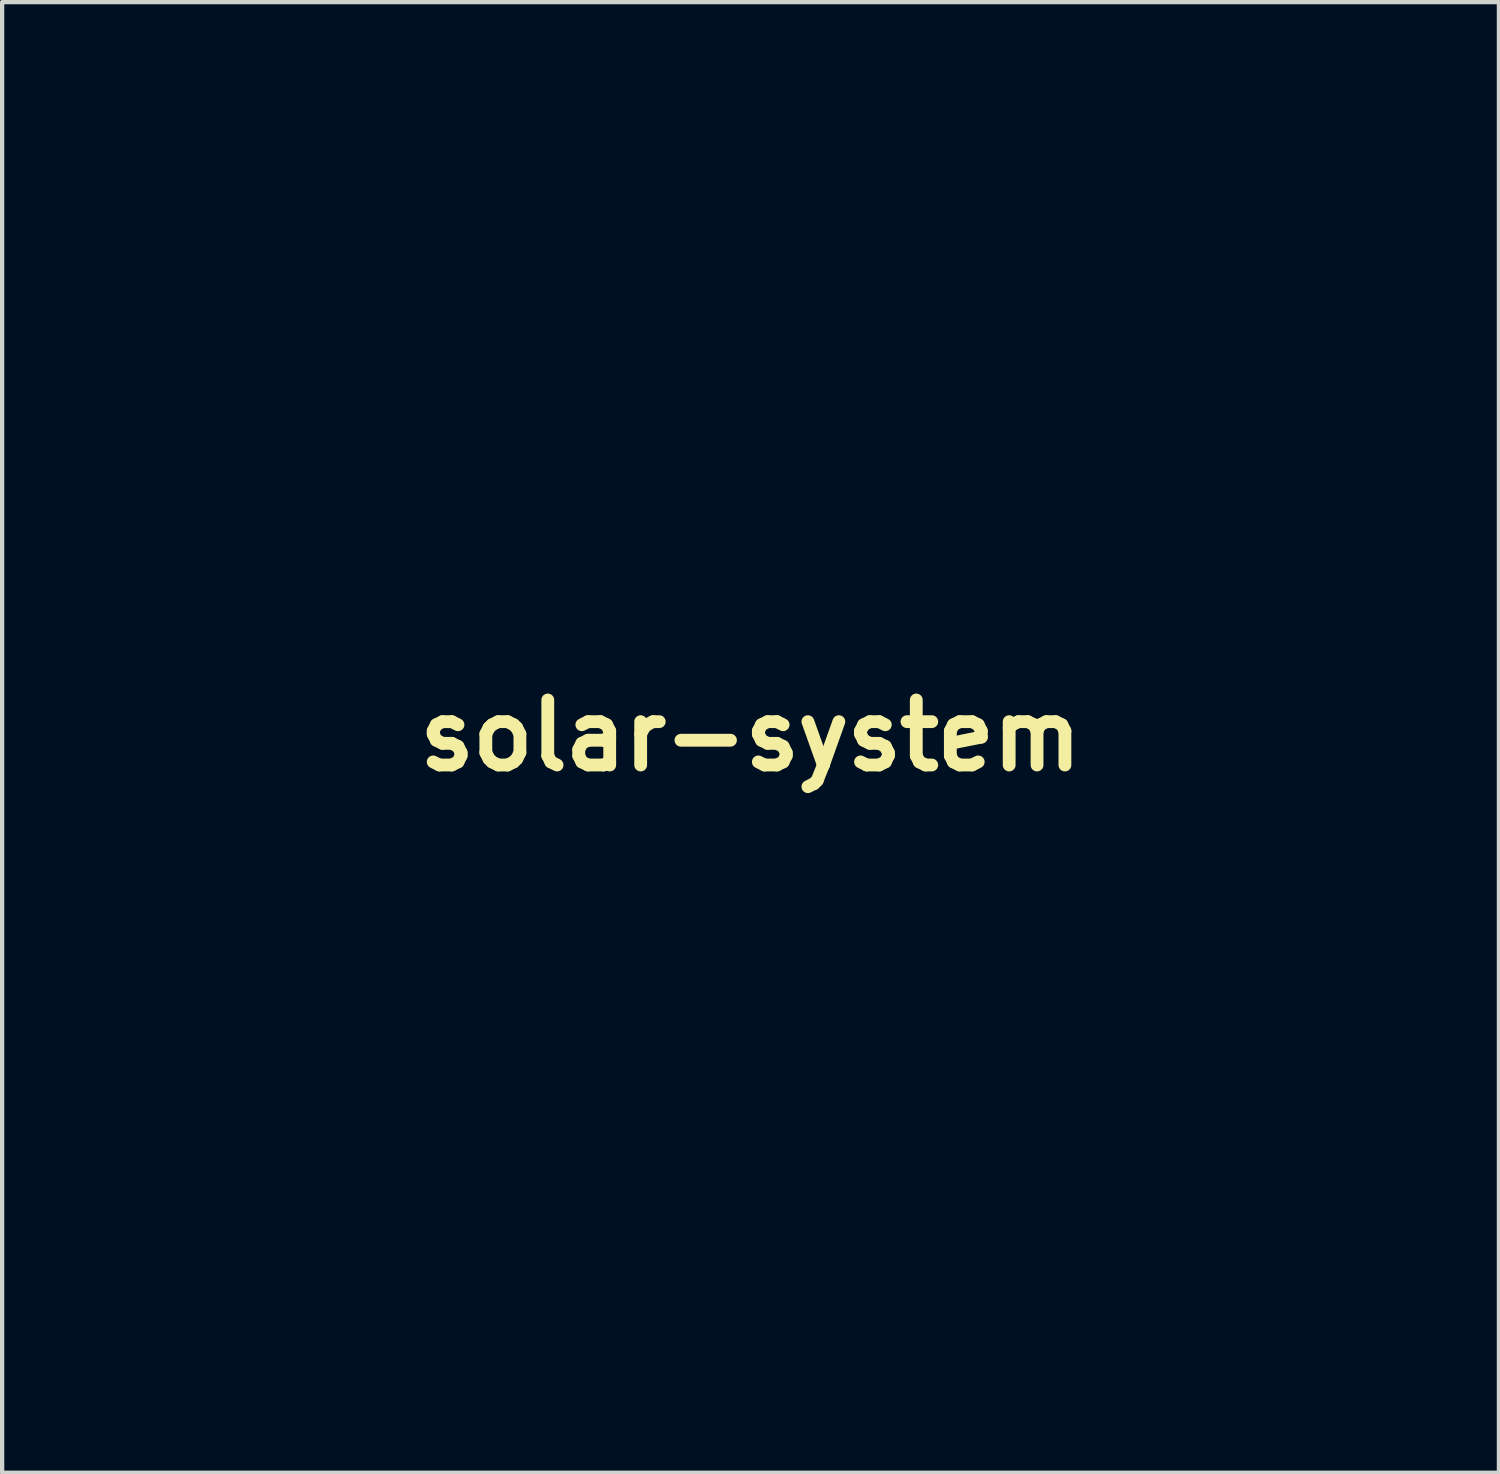
<source format=kicad_pcb>
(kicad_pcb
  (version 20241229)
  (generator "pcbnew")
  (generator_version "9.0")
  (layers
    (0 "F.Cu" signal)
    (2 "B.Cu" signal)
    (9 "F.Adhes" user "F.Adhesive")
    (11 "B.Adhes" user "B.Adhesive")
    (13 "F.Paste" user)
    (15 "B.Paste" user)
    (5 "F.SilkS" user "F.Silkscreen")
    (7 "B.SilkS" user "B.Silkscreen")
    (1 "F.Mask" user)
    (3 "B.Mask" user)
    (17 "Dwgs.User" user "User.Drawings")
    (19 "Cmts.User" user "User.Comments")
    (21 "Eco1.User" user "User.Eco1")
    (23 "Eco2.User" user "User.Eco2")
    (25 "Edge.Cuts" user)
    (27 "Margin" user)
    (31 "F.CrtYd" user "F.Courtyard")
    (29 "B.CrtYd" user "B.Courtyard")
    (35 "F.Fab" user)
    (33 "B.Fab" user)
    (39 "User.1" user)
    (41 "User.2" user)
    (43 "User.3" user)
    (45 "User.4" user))
  (footprint "solar-system"
    (layer "F.Cu")
    (at 14.541 14.189)
    (property "Reference" "solar-system" (at 0 0 0) (layer "F.SilkS") (effects (font (size 1.524 1.524) (thickness 0.3))))
    (attr through_hole)
    (fp_poly (pts (xy -6.294 6.971) (xy -6.305 7.021) (xy -6.35 7.027) (xy -6.42 6.996) (xy -6.406 6.971) (xy -6.306 6.961) (xy -6.294 6.971)) (stroke (width 0.01) (type solid)) (fill yes) (layer "F.Mask"))
    (fp_poly (pts (xy -5.776 -7.832) (xy -5.692 -7.721) (xy -5.729 -7.634) (xy -5.793 -7.62) (xy -5.909 -7.688) (xy -5.927 -7.754) (xy -5.877 -7.847) (xy -5.776 -7.832)) (stroke (width 0.01) (type solid)) (fill yes) (layer "F.Mask"))
    (fp_poly (pts (xy -7.535 -7.747) (xy -7.455 -7.671) (xy -7.451 -7.657) (xy -7.516 -7.621) (xy -7.535 -7.62) (xy -7.617 -7.685) (xy -7.62 -7.71) (xy -7.568 -7.76) (xy -7.535 -7.747)) (stroke (width 0.01) (type solid)) (fill yes) (layer "F.Mask"))
    (fp_poly (pts (xy -6.562 -7.535) (xy -6.556 -7.395) (xy -6.585 -7.351) (xy -6.689 -7.321) (xy -6.731 -7.366) (xy -6.737 -7.506) (xy -6.708 -7.55) (xy -6.604 -7.58) (xy -6.562 -7.535)) (stroke (width 0.01) (type solid)) (fill yes) (layer "F.Mask"))
    (fp_poly (pts (xy -5.771 7.773) (xy -5.757 7.832) (xy -5.82 7.938) (xy -5.954 7.953) (xy -6.037 7.905) (xy -6.057 7.801) (xy -5.96 7.719) (xy -5.879 7.705) (xy -5.771 7.773)) (stroke (width 0.01) (type solid)) (fill yes) (layer "F.Mask"))
    (fp_poly (pts (xy -5.179 -8.484) (xy -5.165 -8.424) (xy -5.216 -8.308) (xy -5.333 -8.329) (xy -5.362 -8.354) (xy -5.416 -8.478) (xy -5.328 -8.548) (xy -5.292 -8.551) (xy -5.179 -8.484)) (stroke (width 0.01) (type solid)) (fill yes) (layer "F.Mask"))
    (fp_poly (pts (xy -5.024 -9.431) (xy -5.038 -9.398) (xy -5.114 -9.317) (xy -5.127 -9.313) (xy -5.164 -9.379) (xy -5.165 -9.398) (xy -5.1 -9.479) (xy -5.075 -9.483) (xy -5.024 -9.431)) (stroke (width 0.01) (type solid)) (fill yes) (layer "F.Mask"))
    (fp_poly (pts (xy -4.841 8.365) (xy -4.826 8.424) (xy -4.894 8.537) (xy -4.953 8.551) (xy -5.065 8.484) (xy -5.08 8.424) (xy -5.012 8.312) (xy -4.953 8.297) (xy -4.841 8.365)) (stroke (width 0.01) (type solid)) (fill yes) (layer "F.Mask"))
    (fp_poly (pts (xy -3.838 7.934) (xy -3.81 8.043) (xy -3.87 8.185) (xy -3.979 8.213) (xy -4.121 8.153) (xy -4.149 8.043) (xy -4.089 7.902) (xy -3.979 7.874) (xy -3.838 7.934)) (stroke (width 0.01) (type solid)) (fill yes) (layer "F.Mask"))
    (fp_poly (pts (xy 4.412 -3.876) (xy 4.415 -3.852) (xy 4.349 -3.753) (xy 4.324 -3.742) (xy 4.247 -3.782) (xy 4.233 -3.852) (xy 4.276 -3.958) (xy 4.324 -3.963) (xy 4.412 -3.876)) (stroke (width 0.01) (type solid)) (fill yes) (layer "F.Mask"))
    (fp_poly (pts (xy 4.496 -3.452) (xy 4.5 -3.429) (xy 4.434 -3.33) (xy 4.409 -3.318) (xy 4.332 -3.359) (xy 4.318 -3.429) (xy 4.361 -3.534) (xy 4.409 -3.54) (xy 4.496 -3.452)) (stroke (width 0.01) (type solid)) (fill yes) (layer "F.Mask"))
    (fp_poly (pts (xy -3.146 6.984) (xy -3.123 7.003) (xy -3.076 7.137) (xy -3.137 7.255) (xy -3.217 7.281) (xy -3.326 7.22) (xy -3.349 7.189) (xy -3.359 7.06) (xy -3.269 6.974) (xy -3.146 6.984)) (stroke (width 0.01) (type solid)) (fill yes) (layer "F.Mask"))
    (fp_poly (pts (xy 4.825 0.562) (xy 4.895 0.658) (xy 4.89 0.699) (xy 4.785 0.807) (xy 4.63 0.826) (xy 4.528 0.759) (xy 4.524 0.622) (xy 4.557 0.574) (xy 4.687 0.524) (xy 4.825 0.562)) (stroke (width 0.01) (type solid)) (fill yes) (layer "F.Mask"))
    (fp_poly (pts (xy 0.876 -1.087) (xy 1.21 -0.829) (xy 1.346 -0.648) (xy 1.495 -0.271) (xy 1.52 0.14) (xy 1.432 0.54) (xy 1.241 0.885) (xy 0.958 1.129) (xy 0.941 1.138) (xy 0.613 1.258) (xy 0.256 1.313) (xy -0.046 1.29) (xy -0.064 1.285) (xy -0.385 1.121) (xy -0.681 0.857) (xy -0.892 0.55) (xy -0.939 0.43) (xy -0.995 -0.031) (xy -0.887 -0.466) (xy -0.665 -0.805) (xy -0.325 -1.078) (xy 0.071 -1.214) (xy 0.484 -1.216) (xy 0.876 -1.087)) (stroke (width 0.01) (type solid)) (fill yes) (layer "F.Mask"))
    (fp_poly (pts (xy 0.652 -2.029) (xy 1.175 -1.868) (xy 1.228 -1.843) (xy 1.516 -1.683) (xy 1.729 -1.519) (xy 1.913 -1.307) (xy 2.112 -1.001) (xy 2.184 -0.879) (xy 2.317 -0.639) (xy 2.386 -0.451) (xy 2.405 -0.248) (xy 2.385 0.036) (xy 2.372 0.155) (xy 2.253 0.753) (xy 2.028 1.233) (xy 1.681 1.621) (xy 1.193 1.944) (xy 1.142 1.97) (xy 0.859 2.072) (xy 0.508 2.141) (xy 0.169 2.167) (xy -0.042 2.147) (xy -0.66 1.929) (xy -1.152 1.601) (xy -1.53 1.157) (xy -1.633 0.979) (xy -1.772 0.575) (xy -1.824 0.094) (xy -1.82 0.042) (xy -1.705 0.042) (xy -1.627 0.612) (xy -1.399 1.117) (xy -1.058 1.513) (xy -0.696 1.792) (xy -0.355 1.95) (xy 0.032 2.011) (xy 0.349 2.01) (xy 0.725 1.974) (xy 1.019 1.891) (xy 1.315 1.735) (xy 1.32 1.731) (xy 1.748 1.374) (xy 2.062 0.916) (xy 2.239 0.397) (xy 2.256 0.283) (xy 2.279 0.027) (xy 2.26 -0.108) (xy 2.187 -0.172) (xy 2.127 -0.191) (xy 1.971 -0.278) (xy 1.977 -0.416) (xy 2.073 -0.537) (xy 2.117 -0.69) (xy 2.044 -0.906) (xy 1.875 -1.154) (xy 1.635 -1.404) (xy 1.345 -1.625) (xy 1.197 -1.711) (xy 0.663 -1.904) (xy 0.131 -1.943) (xy -0.375 -1.844) (xy -0.832 -1.619) (xy -1.216 -1.284) (xy -1.504 -0.852) (xy -1.672 -0.338) (xy -1.705 0.042) (xy -1.82 0.042) (xy -1.789 -0.394) (xy -1.669 -0.82) (xy -1.633 -0.895) (xy -1.372 -1.273) (xy -1.024 -1.615) (xy -0.644 -1.872) (xy -0.456 -1.954) (xy 0.087 -2.059) (xy 0.652 -2.029)) (stroke (width 0.01) (type solid)) (fill yes) (layer "F.Mask"))
    (fp_poly (pts (xy 0.678 -3.047) (xy 0.712 -3.042) (xy 1.392 -2.87) (xy 1.996 -2.561) (xy 2.508 -2.135) (xy 2.916 -1.612) (xy 3.207 -1.012) (xy 3.367 -0.353) (xy 3.384 0.343) (xy 3.304 0.838) (xy 3.068 1.474) (xy 2.696 2.031) (xy 2.21 2.494) (xy 1.63 2.846) (xy 0.979 3.069) (xy 0.303 3.148) (xy -0.064 3.168) (xy -0.303 3.216) (xy -0.379 3.262) (xy -0.59 3.404) (xy -0.844 3.41) (xy -0.997 3.339) (xy -1.144 3.162) (xy -1.185 3.003) (xy -1.259 2.799) (xy -1.428 2.673) (xy -1.71 2.47) (xy -2.016 2.158) (xy -2.307 1.787) (xy -2.542 1.405) (xy -2.635 1.202) (xy -2.786 0.621) (xy -2.825 0.042) (xy -2.709 0.042) (xy -2.636 0.766) (xy -2.414 1.407) (xy -2.045 1.966) (xy -1.527 2.443) (xy -1.502 2.462) (xy -1.294 2.603) (xy -1.16 2.65) (xy -1.044 2.618) (xy -0.977 2.577) (xy -0.733 2.502) (xy -0.497 2.564) (xy -0.326 2.738) (xy -0.29 2.833) (xy -0.245 2.955) (xy -0.158 3.019) (xy 0.016 3.044) (xy 0.25 3.048) (xy 0.613 3.024) (xy 0.988 2.964) (xy 1.144 2.925) (xy 1.742 2.661) (xy 2.272 2.264) (xy 2.715 1.763) (xy 3.047 1.185) (xy 3.249 0.56) (xy 3.302 0.042) (xy 3.222 -0.594) (xy 2.995 -1.207) (xy 2.644 -1.768) (xy 2.192 -2.251) (xy 1.659 -2.626) (xy 1.067 -2.866) (xy 1.011 -2.88) (xy 0.34 -2.957) (xy -0.338 -2.881) (xy -0.987 -2.662) (xy -1.575 -2.312) (xy -1.98 -1.941) (xy -2.367 -1.404) (xy -2.606 -0.813) (xy -2.705 -0.142) (xy -2.709 0.042) (xy -2.825 0.042) (xy -2.829 -0.023) (xy -2.764 -0.66) (xy -2.633 -1.122) (xy -2.311 -1.724) (xy -1.864 -2.232) (xy -1.317 -2.633) (xy -0.695 -2.912) (xy -0.022 -3.054) (xy 0.678 -3.047)) (stroke (width 0.01) (type solid)) (fill yes) (layer "F.Mask"))
    (fp_poly (pts (xy 1.333 -3.989) (xy 2.087 -3.704) (xy 2.784 -3.268) (xy 3.191 -2.915) (xy 3.653 -2.387) (xy 4.001 -1.809) (xy 4.019 -1.772) (xy 4.159 -1.467) (xy 4.263 -1.213) (xy 4.315 -1.055) (xy 4.318 -1.034) (xy 4.376 -0.913) (xy 4.522 -0.734) (xy 4.624 -0.631) (xy 4.81 -0.436) (xy 4.886 -0.284) (xy 4.877 -0.121) (xy 4.874 -0.108) (xy 4.767 0.123) (xy 4.621 0.296) (xy 4.446 0.553) (xy 4.367 0.856) (xy 4.235 1.359) (xy 3.993 1.904) (xy 3.668 2.436) (xy 3.29 2.903) (xy 3.234 2.961) (xy 2.584 3.495) (xy 1.857 3.886) (xy 1.075 4.126) (xy 0.256 4.209) (xy -0.55 4.134) (xy -1.149 3.956) (xy -1.761 3.66) (xy -2.326 3.279) (xy -2.639 3.002) (xy -3.169 2.363) (xy -3.548 1.675) (xy -3.784 0.955) (xy -3.882 0.221) (xy -3.877 0.114) (xy -3.775 0.114) (xy -3.691 0.868) (xy -3.462 1.596) (xy -3.086 2.277) (xy -2.702 2.752) (xy -2.085 3.31) (xy -1.435 3.707) (xy -0.734 3.953) (xy 0.038 4.055) (xy 0.212 4.058) (xy 0.604 4.045) (xy 0.994 4.007) (xy 1.3 3.952) (xy 1.312 3.949) (xy 2.082 3.659) (xy 2.76 3.233) (xy 3.334 2.683) (xy 3.794 2.021) (xy 4.128 1.26) (xy 4.276 0.699) (xy 4.297 0.502) (xy 4.231 0.397) (xy 4.112 0.341) (xy 3.888 0.182) (xy 3.766 -0.053) (xy 3.751 -0.313) (xy 3.846 -0.548) (xy 4.029 -0.696) (xy 4.148 -0.774) (xy 4.199 -0.886) (xy 4.179 -1.061) (xy 4.085 -1.325) (xy 3.911 -1.706) (xy 3.876 -1.778) (xy 3.479 -2.414) (xy 2.948 -2.978) (xy 2.313 -3.44) (xy 1.986 -3.613) (xy 1.649 -3.765) (xy 1.368 -3.861) (xy 1.077 -3.918) (xy 0.711 -3.95) (xy 0.516 -3.961) (xy -0.303 -3.941) (xy -1.027 -3.791) (xy -1.682 -3.502) (xy -2.292 -3.062) (xy -2.655 -2.715) (xy -3.153 -2.079) (xy -3.505 -1.381) (xy -3.713 -0.642) (xy -3.775 0.114) (xy -3.877 0.114) (xy -3.848 -0.51) (xy -3.688 -1.22) (xy -3.407 -1.891) (xy -3.013 -2.507) (xy -2.509 -3.049) (xy -1.903 -3.501) (xy -1.2 -3.843) (xy -0.406 -4.06) (xy -0.269 -4.082) (xy 0.542 -4.117) (xy 1.333 -3.989)) (stroke (width 0.01) (type solid)) (fill yes) (layer "F.Mask"))
    (fp_poly (pts (xy 1.234 -4.941) (xy 2.107 -4.704) (xy 2.921 -4.31) (xy 3.003 -4.26) (xy 3.353 -4.068) (xy 3.626 -3.973) (xy 3.73 -3.966) (xy 3.963 -3.925) (xy 4.107 -3.774) (xy 4.123 -3.553) (xy 4.122 -3.549) (xy 4.148 -3.347) (xy 4.314 -3.063) (xy 4.358 -3.003) (xy 4.759 -2.37) (xy 5.077 -1.649) (xy 5.207 -1.228) (xy 5.292 -0.739) (xy 5.331 -0.157) (xy 5.323 0.448) (xy 5.269 1.006) (xy 5.208 1.312) (xy 4.921 2.107) (xy 4.489 2.866) (xy 3.937 3.554) (xy 3.291 4.137) (xy 3.012 4.333) (xy 2.367 4.671) (xy 1.627 4.924) (xy 0.846 5.081) (xy 0.08 5.13) (xy -0.474 5.085) (xy -0.972 4.984) (xy -1.434 4.835) (xy -1.932 4.614) (xy -2.125 4.515) (xy -2.874 4.038) (xy -3.505 3.455) (xy -4.016 2.785) (xy -4.402 2.047) (xy -4.663 1.26) (xy -4.793 0.442) (xy -4.793 0.244) (xy -4.693 0.244) (xy -4.576 1.083) (xy -4.318 1.904) (xy -3.931 2.675) (xy -3.428 3.364) (xy -2.986 3.805) (xy -2.569 4.112) (xy -2.054 4.411) (xy -1.509 4.669) (xy -1.003 4.849) (xy -0.913 4.873) (xy -0.416 4.952) (xy 0.166 4.983) (xy 0.761 4.966) (xy 1.294 4.9) (xy 1.469 4.862) (xy 2.3 4.564) (xy 3.064 4.126) (xy 3.743 3.565) (xy 4.317 2.9) (xy 4.768 2.15) (xy 5.079 1.334) (xy 5.122 1.164) (xy 5.241 0.3) (xy 5.204 -0.581) (xy 5.014 -1.441) (xy 4.731 -2.139) (xy 4.431 -2.675) (xy 4.152 -3.052) (xy 3.895 -3.267) (xy 3.744 -3.318) (xy 3.557 -3.386) (xy 3.449 -3.567) (xy 3.436 -3.609) (xy 3.286 -3.854) (xy 2.991 -4.109) (xy 2.573 -4.359) (xy 2.054 -4.589) (xy 1.909 -4.643) (xy 1.298 -4.801) (xy 0.606 -4.888) (xy -0.094 -4.898) (xy -0.701 -4.831) (xy -1.197 -4.692) (xy -1.752 -4.467) (xy -2.3 -4.188) (xy -2.779 -3.884) (xy -2.986 -3.722) (xy -3.555 -3.123) (xy -4.031 -2.409) (xy -4.394 -1.619) (xy -4.624 -0.789) (xy -4.658 -0.585) (xy -4.693 0.244) (xy -4.793 0.244) (xy -4.792 -0.388) (xy -4.656 -1.211) (xy -4.381 -2.009) (xy -3.966 -2.762) (xy -3.408 -3.452) (xy -3.346 -3.515) (xy -2.633 -4.125) (xy -1.869 -4.574) (xy -1.046 -4.867) (xy -0.154 -5.007) (xy 0.296 -5.022) (xy 1.234 -4.941)) (stroke (width 0.01) (type solid)) (fill yes) (layer "F.Mask"))
    (fp_poly (pts (xy 0.972 -8.425) (xy 1.661 -8.357) (xy 2.264 -8.253) (xy 2.405 -8.219) (xy 3.543 -7.836) (xy 4.598 -7.311) (xy 5.56 -6.652) (xy 6.42 -5.869) (xy 7.168 -4.972) (xy 7.795 -3.971) (xy 8.291 -2.874) (xy 8.562 -2.032) (xy 8.674 -1.47) (xy 8.744 -0.8) (xy 8.773 -0.072) (xy 8.759 0.661) (xy 8.704 1.348) (xy 8.607 1.937) (xy 8.572 2.076) (xy 8.17 3.257) (xy 7.633 4.341) (xy 6.968 5.321) (xy 6.184 6.19) (xy 5.287 6.94) (xy 4.286 7.563) (xy 3.186 8.053) (xy 2.413 8.299) (xy 1.825 8.418) (xy 1.132 8.495) (xy 0.39 8.529) (xy -0.344 8.518) (xy -1.015 8.462) (xy -1.439 8.389) (xy -2.331 8.155) (xy -3.093 7.879) (xy -3.509 7.686) (xy -3.922 7.476) (xy -4.162 7.749) (xy -4.377 7.937) (xy -4.61 8.06) (xy -4.661 8.074) (xy -5.006 8.066) (xy -5.344 7.93) (xy -5.606 7.698) (xy -5.653 7.627) (xy -5.828 7.426) (xy -6.011 7.339) (xy -6.159 7.311) (xy -6.145 7.281) (xy -6.032 7.241) (xy -5.885 7.155) (xy -5.842 7.08) (xy -5.804 6.949) (xy -5.71 6.74) (xy -5.669 6.659) (xy -5.496 6.336) (xy -6.035 5.765) (xy -6.74 4.896) (xy -7.318 3.932) (xy -7.763 2.893) (xy -8.07 1.8) (xy -8.234 0.675) (xy -8.243 0.042) (xy -8.075 0.042) (xy -8.064 0.777) (xy -8.024 1.389) (xy -7.946 1.921) (xy -7.82 2.42) (xy -7.637 2.928) (xy -7.388 3.491) (xy -7.32 3.634) (xy -6.968 4.308) (xy -6.601 4.883) (xy -6.173 5.425) (xy -5.85 5.781) (xy -5.615 6.025) (xy -5.453 6.167) (xy -5.32 6.23) (xy -5.175 6.236) (xy -5.033 6.218) (xy -4.659 6.217) (xy -4.415 6.301) (xy -4.178 6.489) (xy -3.99 6.75) (xy -3.898 7.018) (xy -3.895 7.065) (xy -3.829 7.18) (xy -3.768 7.197) (xy -3.654 7.246) (xy -3.666 7.34) (xy -3.738 7.384) (xy -3.725 7.43) (xy -3.582 7.518) (xy -3.341 7.636) (xy -3.033 7.768) (xy -2.687 7.903) (xy -2.335 8.028) (xy -2.008 8.128) (xy -2 8.13) (xy -0.89 8.368) (xy 0.185 8.455) (xy 1.262 8.394) (xy 1.409 8.375) (xy 2.542 8.133) (xy 3.639 7.735) (xy 4.676 7.192) (xy 5.628 6.515) (xy 6.227 5.973) (xy 6.997 5.089) (xy 7.623 4.131) (xy 8.104 3.115) (xy 8.442 2.056) (xy 8.635 0.969) (xy 8.685 -0.132) (xy 8.59 -1.229) (xy 8.351 -2.309) (xy 7.968 -3.357) (xy 7.441 -4.356) (xy 6.769 -5.292) (xy 6.227 -5.888) (xy 5.344 -6.657) (xy 4.388 -7.283) (xy 3.374 -7.766) (xy 2.317 -8.106) (xy 1.233 -8.302) (xy 0.136 -8.356) (xy -0.958 -8.267) (xy -2.034 -8.036) (xy -3.077 -7.662) (xy -4.072 -7.146) (xy -5.002 -6.488) (xy -5.766 -5.782) (xy -6.203 -5.306) (xy -6.547 -4.883) (xy -6.837 -4.455) (xy -7.11 -3.969) (xy -7.326 -3.537) (xy -7.59 -2.958) (xy -7.786 -2.442) (xy -7.923 -1.946) (xy -8.01 -1.424) (xy -8.058 -0.832) (xy -8.075 -0.125) (xy -8.075 0.042) (xy -8.243 0.042) (xy -8.249 -0.46) (xy -8.11 -1.585) (xy -8.001 -2.066) (xy -7.618 -3.2) (xy -7.094 -4.252) (xy -6.44 -5.211) (xy -5.665 -6.068) (xy -4.782 -6.812) (xy -3.801 -7.433) (xy -2.734 -7.922) (xy -1.592 -8.268) (xy -0.991 -8.385) (xy -0.416 -8.443) (xy 0.259 -8.455) (xy 0.972 -8.425)) (stroke (width 0.01) (type solid)) (fill yes) (layer "F.Mask"))
    (fp_poly (pts (xy 1.5 -10.563) (xy 2.703 -10.36) (xy 3.952 -9.985) (xy 5.153 -9.454) (xy 6.286 -8.777) (xy 7.332 -7.966) (xy 7.793 -7.535) (xy 8.691 -6.531) (xy 9.444 -5.443) (xy 10.048 -4.279) (xy 10.5 -3.048) (xy 10.797 -1.758) (xy 10.933 -0.42) (xy 10.942 0.042) (xy 10.861 1.385) (xy 10.62 2.683) (xy 10.226 3.925) (xy 9.688 5.1) (xy 9.01 6.197) (xy 8.201 7.205) (xy 7.267 8.113) (xy 6.214 8.91) (xy 5.05 9.585) (xy 5.034 9.593) (xy 3.979 10.043) (xy 2.847 10.385) (xy 1.678 10.613) (xy 0.514 10.718) (xy -0.603 10.693) (xy -0.824 10.671) (xy -2.168 10.436) (xy -3.444 10.05) (xy -4.644 9.521) (xy -5.758 8.857) (xy -6.777 8.065) (xy -7.692 7.155) (xy -8.495 6.132) (xy -9.176 5.006) (xy -9.727 3.785) (xy -10.137 2.481) (xy -10.222 2.128) (xy -10.283 1.823) (xy -10.324 1.524) (xy -10.349 1.192) (xy -10.362 0.785) (xy -10.366 0.264) (xy -10.367 0.042) (xy -10.367 0.026) (xy -10.275 0.026) (xy -10.264 0.676) (xy -10.229 1.272) (xy -10.171 1.758) (xy -10.168 1.778) (xy -9.862 3.054) (xy -9.406 4.271) (xy -8.81 5.416) (xy -8.084 6.478) (xy -7.24 7.444) (xy -6.288 8.302) (xy -5.237 9.04) (xy -4.099 9.645) (xy -3.128 10.026) (xy -2.675 10.168) (xy -2.193 10.301) (xy -1.757 10.407) (xy -1.562 10.447) (xy -0.985 10.521) (xy -0.3 10.562) (xy 0.433 10.569) (xy 1.157 10.543) (xy 1.812 10.484) (xy 2.03 10.453) (xy 3.267 10.168) (xy 4.471 9.726) (xy 5.621 9.139) (xy 6.693 8.417) (xy 7.637 7.6) (xy 8.315 6.885) (xy 8.881 6.168) (xy 9.378 5.387) (xy 9.69 4.81) (xy 10.221 3.588) (xy 10.59 2.329) (xy 10.797 1.046) (xy 10.841 -0.247) (xy 10.724 -1.539) (xy 10.445 -2.815) (xy 10.003 -4.063) (xy 9.75 -4.614) (xy 9.095 -5.759) (xy 8.319 -6.794) (xy 7.436 -7.714) (xy 6.457 -8.513) (xy 5.396 -9.186) (xy 4.266 -9.727) (xy 3.079 -10.132) (xy 1.849 -10.394) (xy 0.588 -10.507) (xy -0.691 -10.467) (xy -1.976 -10.269) (xy -2.893 -10.025) (xy -3.64 -9.761) (xy -4.298 -9.469) (xy -4.849 -9.16) (xy -5.275 -8.843) (xy -5.56 -8.531) (xy -5.644 -8.378) (xy -5.826 -8.12) (xy -6.112 -7.985) (xy -6.375 -7.959) (xy -6.517 -7.944) (xy -6.656 -7.887) (xy -6.821 -7.766) (xy -7.042 -7.56) (xy -7.341 -7.255) (xy -8.196 -6.244) (xy -8.921 -5.137) (xy -9.504 -3.951) (xy -9.938 -2.706) (xy -10.168 -1.693) (xy -10.227 -1.214) (xy -10.262 -0.622) (xy -10.275 0.026) (xy -10.367 0.026) (xy -10.364 -0.529) (xy -10.355 -0.972) (xy -10.335 -1.327) (xy -10.3 -1.633) (xy -10.246 -1.931) (xy -10.17 -2.262) (xy -10.137 -2.394) (xy -9.729 -3.707) (xy -9.192 -4.915) (xy -8.932 -5.381) (xy -8.644 -5.852) (xy -8.377 -6.245) (xy -8.093 -6.608) (xy -7.754 -6.991) (xy -7.373 -7.39) (xy -7.08 -7.7) (xy -6.901 -7.913) (xy -6.826 -8.047) (xy -6.841 -8.117) (xy -6.846 -8.12) (xy -7.023 -8.162) (xy -7.114 -8.152) (xy -7.317 -8.157) (xy -7.413 -8.193) (xy -7.491 -8.257) (xy -7.469 -8.338) (xy -7.332 -8.477) (xy -7.293 -8.512) (xy -7.126 -8.692) (xy -7.034 -8.853) (xy -7.027 -8.889) (xy -6.952 -9.101) (xy -6.758 -9.266) (xy -6.494 -9.367) (xy -6.206 -9.389) (xy -5.944 -9.315) (xy -5.879 -9.274) (xy -5.62 -9.163) (xy -5.289 -9.18) (xy -4.873 -9.326) (xy -4.654 -9.435) (xy -3.524 -9.942) (xy -2.317 -10.312) (xy -1.06 -10.541) (xy 0.221 -10.625) (xy 1.5 -10.563)) (stroke (width 0.01) (type solid)) (fill yes) (layer "F.Mask"))
    (fp_poly (pts (xy 0.971 -12.521) (xy 1.617 -12.485) (xy 2.166 -12.429) (xy 2.328 -12.404) (xy 3.758 -12.074) (xy 5.127 -11.594) (xy 6.421 -10.969) (xy 7.631 -10.208) (xy 8.744 -9.316) (xy 9.75 -8.302) (xy 10.454 -7.427) (xy 10.715 -7.099) (xy 10.912 -6.923) (xy 11.049 -6.896) (xy 11.132 -7.018) (xy 11.16 -7.176) (xy 11.207 -7.377) (xy 11.274 -7.446) (xy 11.33 -7.374) (xy 11.345 -7.228) (xy 11.412 -6.999) (xy 11.557 -6.808) (xy 11.719 -6.565) (xy 11.769 -6.277) (xy 11.702 -6.011) (xy 11.644 -5.929) (xy 11.595 -5.853) (xy 11.586 -5.749) (xy 11.624 -5.587) (xy 11.715 -5.336) (xy 11.868 -4.966) (xy 11.893 -4.906) (xy 12.315 -3.777) (xy 12.611 -2.662) (xy 12.792 -1.513) (xy 12.866 -0.284) (xy 12.869 0.042) (xy 12.851 0.902) (xy 12.792 1.661) (xy 12.683 2.383) (xy 12.518 3.134) (xy 12.477 3.294) (xy 12.046 4.626) (xy 11.466 5.892) (xy 10.751 7.08) (xy 9.912 8.181) (xy 8.959 9.185) (xy 7.906 10.08) (xy 6.762 10.858) (xy 5.54 11.507) (xy 4.252 12.017) (xy 2.909 12.379) (xy 2.073 12.521) (xy 1.227 12.608) (xy 0.394 12.638) (xy -0.505 12.611) (xy -0.677 12.601) (xy -2.085 12.429) (xy -3.444 12.101) (xy -4.743 11.625) (xy -5.974 11.009) (xy -7.127 10.263) (xy -8.192 9.394) (xy -9.16 8.411) (xy -10.021 7.322) (xy -10.766 6.136) (xy -11.385 4.861) (xy -11.869 3.506) (xy -12.122 2.514) (xy -12.225 1.875) (xy -12.291 1.121) (xy -12.321 0.302) (xy -12.314 -0.533) (xy -12.31 -0.609) (xy -12.218 -0.609) (xy -12.212 0.787) (xy -12.05 2.178) (xy -11.728 3.55) (xy -11.248 4.891) (xy -10.911 5.618) (xy -10.187 6.876) (xy -9.335 8.027) (xy -8.366 9.064) (xy -7.29 9.982) (xy -6.116 10.772) (xy -4.853 11.429) (xy -3.512 11.945) (xy -2.102 12.313) (xy -1.101 12.478) (xy -0.728 12.504) (xy -0.231 12.51) (xy 0.347 12.499) (xy 0.962 12.472) (xy 1.571 12.432) (xy 2.13 12.381) (xy 2.597 12.32) (xy 2.811 12.281) (xy 4.212 11.897) (xy 5.543 11.364) (xy 6.795 10.691) (xy 7.957 9.886) (xy 9.019 8.959) (xy 9.972 7.917) (xy 10.805 6.771) (xy 11.508 5.527) (xy 12.072 4.196) (xy 12.098 4.123) (xy 12.473 2.806) (xy 12.699 1.434) (xy 12.775 0.034) (xy 12.699 -1.365) (xy 12.47 -2.737) (xy 12.401 -3.023) (xy 12.279 -3.457) (xy 12.121 -3.942) (xy 11.945 -4.435) (xy 11.765 -4.897) (xy 11.597 -5.284) (xy 11.457 -5.556) (xy 11.439 -5.585) (xy 11.303 -5.794) (xy 11.254 -5.5) (xy 11.206 -5.207) (xy 11.135 -5.461) (xy 11.02 -5.704) (xy 10.856 -5.911) (xy 10.724 -6.063) (xy 10.679 -6.228) (xy 10.697 -6.478) (xy 10.714 -6.646) (xy 10.702 -6.787) (xy 10.643 -6.936) (xy 10.521 -7.129) (xy 10.319 -7.401) (xy 10.171 -7.594) (xy 9.235 -8.667) (xy 8.181 -9.626) (xy 7.023 -10.462) (xy 5.778 -11.165) (xy 4.459 -11.725) (xy 3.081 -12.135) (xy 2.811 -12.195) (xy 2.197 -12.298) (xy 1.479 -12.373) (xy 0.713 -12.419) (xy -0.046 -12.433) (xy -0.741 -12.413) (xy -1.228 -12.368) (xy -2.673 -12.094) (xy -4.075 -11.659) (xy -5.42 -11.068) (xy -6.694 -10.328) (xy -7.446 -9.793) (xy -7.935 -9.383) (xy -8.469 -8.873) (xy -9.007 -8.308) (xy -9.506 -7.731) (xy -9.923 -7.189) (xy -10.688 -5.971) (xy -11.301 -4.69) (xy -11.762 -3.361) (xy -12.067 -1.996) (xy -12.218 -0.609) (xy -12.31 -0.609) (xy -12.27 -1.333) (xy -12.19 -2.049) (xy -12.122 -2.429) (xy -11.732 -3.863) (xy -11.198 -5.216) (xy -10.529 -6.481) (xy -9.732 -7.649) (xy -8.817 -8.713) (xy -7.791 -9.666) (xy -6.663 -10.498) (xy -5.441 -11.204) (xy -4.133 -11.773) (xy -2.747 -12.2) (xy -1.524 -12.444) (xy -1.019 -12.497) (xy -0.399 -12.527) (xy 0.282 -12.535) (xy 0.971 -12.521)) (stroke (width 0.01) (type solid)) (fill yes) (layer "F.Mask"))
    (fp_poly (pts (xy 1.1 -14.177) (xy 2.593 -14.013) (xy 4.076 -13.689) (xy 5.536 -13.202) (xy 5.63 -13.165) (xy 6.73 -12.671) (xy 7.743 -12.103) (xy 8.704 -11.437) (xy 9.648 -10.649) (xy 10.336 -9.994) (xy 11.157 -9.123) (xy 11.851 -8.269) (xy 12.447 -7.391) (xy 12.974 -6.447) (xy 13.123 -6.147) (xy 13.714 -4.73) (xy 14.146 -3.267) (xy 14.419 -1.774) (xy 14.532 -0.264) (xy 14.485 1.25) (xy 14.277 2.753) (xy 13.909 4.232) (xy 13.418 5.583) (xy 12.798 6.868) (xy 12.059 8.062) (xy 11.184 9.191) (xy 10.168 10.266) (xy 8.986 11.301) (xy 7.73 12.182) (xy 6.4 12.912) (xy 4.995 13.489) (xy 3.513 13.916) (xy 2.547 14.107) (xy 2.013 14.175) (xy 1.377 14.226) (xy 0.693 14.258) (xy 0.014 14.269) (xy -0.608 14.259) (xy -1.118 14.224) (xy -1.143 14.221) (xy -2.702 13.962) (xy -4.213 13.546) (xy -5.662 12.98) (xy -7.034 12.269) (xy -8.041 11.618) (xy -8.577 11.204) (xy -9.164 10.692) (xy -9.764 10.122) (xy -10.337 9.532) (xy -10.844 8.96) (xy -11.218 8.483) (xy -11.924 7.417) (xy -12.529 6.319) (xy -12.967 5.334) (xy -13.186 4.724) (xy -13.396 4.055) (xy -13.581 3.376) (xy -13.729 2.739) (xy -13.827 2.193) (xy -13.842 2.074) (xy -13.888 1.705) (xy -13.933 1.471) (xy -13.988 1.337) (xy -14.067 1.27) (xy -14.134 1.247) (xy -14.29 1.15) (xy -14.441 0.977) (xy -14.536 0.701) (xy -14.476 0.437) (xy -14.274 0.227) (xy -14.201 0.186) (xy -14.081 0.118) (xy -14.012 0.028) (xy -14.003 -0.014) (xy -13.918 -0.014) (xy -13.648 0.239) (xy -13.433 0.516) (xy -13.386 0.786) (xy -13.508 1.048) (xy -13.602 1.147) (xy -13.826 1.355) (xy -13.725 2.081) (xy -13.437 3.541) (xy -12.995 4.95) (xy -12.407 6.296) (xy -11.685 7.569) (xy -10.837 8.761) (xy -9.874 9.859) (xy -8.804 10.855) (xy -7.637 11.738) (xy -6.383 12.498) (xy -5.053 13.125) (xy -3.654 13.609) (xy -2.513 13.882) (xy -2.097 13.962) (xy -1.765 14.021) (xy -1.48 14.064) (xy -1.209 14.091) (xy -0.914 14.106) (xy -0.562 14.111) (xy -0.116 14.109) (xy 0.459 14.102) (xy 0.55 14.1) (xy 1.224 14.087) (xy 1.765 14.066) (xy 2.207 14.033) (xy 2.588 13.987) (xy 2.942 13.925) (xy 3.048 13.902) (xy 4.577 13.494) (xy 6.003 12.954) (xy 7.336 12.277) (xy 8.586 11.459) (xy 9.761 10.493) (xy 10.107 10.168) (xy 11.17 9.025) (xy 12.086 7.797) (xy 12.856 6.485) (xy 13.477 5.092) (xy 13.795 4.163) (xy 13.972 3.564) (xy 14.107 3.049) (xy 14.206 2.578) (xy 14.275 2.111) (xy 14.318 1.609) (xy 14.342 1.032) (xy 14.35 0.341) (xy 14.351 0.042) (xy 14.346 -0.703) (xy 14.329 -1.318) (xy 14.294 -1.844) (xy 14.236 -2.319) (xy 14.148 -2.784) (xy 14.027 -3.278) (xy 13.867 -3.841) (xy 13.795 -4.079) (xy 13.274 -5.504) (xy 12.607 -6.854) (xy 11.803 -8.119) (xy 10.873 -9.29) (xy 9.827 -10.357) (xy 8.674 -11.309) (xy 7.425 -12.136) (xy 6.089 -12.83) (xy 4.677 -13.378) (xy 4.318 -13.491) (xy 3.737 -13.658) (xy 3.234 -13.785) (xy 2.77 -13.879) (xy 2.307 -13.943) (xy 1.803 -13.983) (xy 1.221 -14.004) (xy 0.519 -14.012) (xy 0.296 -14.012) (xy -0.355 -14.01) (xy -0.871 -14.002) (xy -1.286 -13.985) (xy -1.634 -13.958) (xy -1.948 -13.919) (xy -2.263 -13.863) (xy -2.471 -13.821) (xy -3.993 -13.417) (xy -5.44 -12.865) (xy -6.804 -12.174) (xy -8.076 -11.348) (xy -9.248 -10.394) (xy -10.311 -9.32) (xy -11.258 -8.13) (xy -12.08 -6.832) (xy -12.444 -6.138) (xy -12.978 -4.909) (xy -13.381 -3.652) (xy -13.663 -2.328) (xy -13.815 -1.129) (xy -13.918 -0.014) (xy -14.003 -0.014) (xy -13.98 -0.127) (xy -13.97 -0.391) (xy -13.97 -0.534) (xy -13.941 -1.127) (xy -13.862 -1.824) (xy -13.74 -2.568) (xy -13.585 -3.303) (xy -13.504 -3.623) (xy -13.035 -5.08) (xy -12.423 -6.451) (xy -11.666 -7.742) (xy -10.758 -8.961) (xy -9.779 -10.033) (xy -8.637 -11.059) (xy -7.408 -11.944) (xy -6.105 -12.687) (xy -4.74 -13.285) (xy -3.325 -13.736) (xy -1.872 -14.036) (xy -0.393 -14.184) (xy 1.1 -14.177)) (stroke (width 0.01) (type solid)) (fill yes) (layer "F.Mask")))
  (gr_rect
    (start -3 -3)
    (end 32.078 31.464)
    (stroke (width 0.1) (type default))
    (fill no)
    (layer "Edge.Cuts")))
</source>
